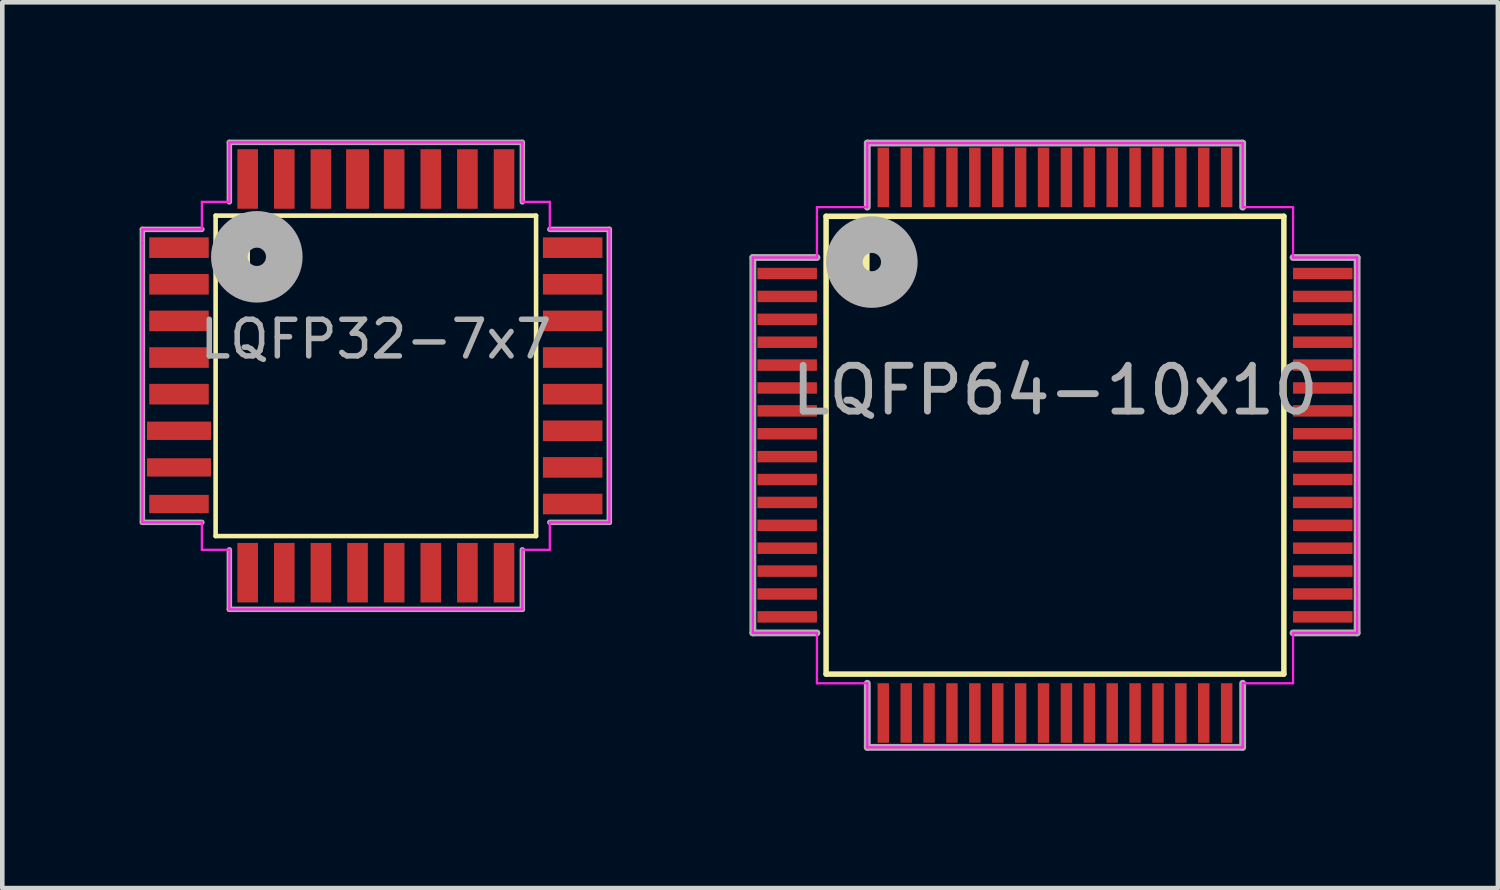
<source format=kicad_pcb>
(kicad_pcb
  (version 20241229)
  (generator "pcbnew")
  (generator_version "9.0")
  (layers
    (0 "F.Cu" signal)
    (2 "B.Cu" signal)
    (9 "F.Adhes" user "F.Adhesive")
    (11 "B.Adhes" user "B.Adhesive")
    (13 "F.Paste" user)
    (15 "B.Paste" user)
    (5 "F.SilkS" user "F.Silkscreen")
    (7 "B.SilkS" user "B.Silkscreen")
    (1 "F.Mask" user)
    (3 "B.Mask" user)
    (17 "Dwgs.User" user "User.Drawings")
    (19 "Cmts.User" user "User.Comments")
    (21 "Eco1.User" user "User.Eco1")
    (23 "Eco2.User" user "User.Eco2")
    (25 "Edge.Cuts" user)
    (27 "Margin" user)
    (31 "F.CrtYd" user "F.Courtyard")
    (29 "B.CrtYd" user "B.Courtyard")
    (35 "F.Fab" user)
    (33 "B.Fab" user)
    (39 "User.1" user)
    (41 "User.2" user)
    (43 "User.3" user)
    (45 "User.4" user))
  (footprint "LQFP64-10x10"
    (layer "F.Cu")
    (at 19.995 6.675)
    (property "Reference" "LQFP64-10x10" (at 0 -1.2 0) (layer "F.Fab") (effects (font (size 1 1) (thickness 0.15))))
    (attr smd)
    (fp_line (start -5 -5) (end 5 -5) (stroke (width 0.12) (type solid)) (layer "F.SilkS"))
    (fp_line (start -5 5) (end -5 -5) (stroke (width 0.12) (type solid)) (layer "F.SilkS"))
    (fp_line (start 5 -5) (end 5 5) (stroke (width 0.12) (type solid)) (layer "F.SilkS"))
    (fp_line (start 5 5) (end -5 5) (stroke (width 0.12) (type solid)) (layer "F.SilkS"))
    (fp_poly (pts (xy -4.1 -3.25) (xy -4.6 -3.75) (xy -4.1 -4.25)) (stroke (width 0.1) (type solid)) (fill yes) (layer "F.SilkS"))
    (fp_line (start -6.6 -4.1) (end -5.2 -4.1) (stroke (width 0.05) (type solid)) (layer "F.CrtYd"))
    (fp_line (start -6.6 4.1) (end -6.6 -4.1) (stroke (width 0.05) (type solid)) (layer "F.CrtYd"))
    (fp_line (start -5.2 -5.2) (end -4.1 -5.2) (stroke (width 0.05) (type solid)) (layer "F.CrtYd"))
    (fp_line (start -5.2 -4.1) (end -5.2 -5.2) (stroke (width 0.05) (type solid)) (layer "F.CrtYd"))
    (fp_line (start -5.2 4.1) (end -6.6 4.1) (stroke (width 0.05) (type solid)) (layer "F.CrtYd"))
    (fp_line (start -5.2 5.2) (end -5.2 4.1) (stroke (width 0.05) (type solid)) (layer "F.CrtYd"))
    (fp_line (start -4.1 -6.6) (end 4.1 -6.6) (stroke (width 0.05) (type solid)) (layer "F.CrtYd"))
    (fp_line (start -4.1 -5.2) (end -4.1 -6.6) (stroke (width 0.05) (type solid)) (layer "F.CrtYd"))
    (fp_line (start -4.1 5.2) (end -5.2 5.2) (stroke (width 0.05) (type solid)) (layer "F.CrtYd"))
    (fp_line (start -4.1 6.6) (end -4.1 5.2) (stroke (width 0.05) (type solid)) (layer "F.CrtYd"))
    (fp_line (start 4.1 -6.6) (end 4.1 -5.2) (stroke (width 0.05) (type solid)) (layer "F.CrtYd"))
    (fp_line (start 4.1 -5.2) (end 5.2 -5.2) (stroke (width 0.05) (type solid)) (layer "F.CrtYd"))
    (fp_line (start 4.1 5.2) (end 4.1 6.6) (stroke (width 0.05) (type solid)) (layer "F.CrtYd"))
    (fp_line (start 4.1 6.6) (end -4.1 6.6) (stroke (width 0.05) (type solid)) (layer "F.CrtYd"))
    (fp_line (start 5.2 -5.2) (end 5.2 -4.1) (stroke (width 0.05) (type solid)) (layer "F.CrtYd"))
    (fp_line (start 5.2 -4.1) (end 6.6 -4.1) (stroke (width 0.05) (type solid)) (layer "F.CrtYd"))
    (fp_line (start 5.2 4.1) (end 5.2 5.2) (stroke (width 0.05) (type solid)) (layer "F.CrtYd"))
    (fp_line (start 5.2 5.2) (end 4.1 5.2) (stroke (width 0.05) (type solid)) (layer "F.CrtYd"))
    (fp_line (start 6.6 -4.1) (end 6.6 4.1) (stroke (width 0.05) (type solid)) (layer "F.CrtYd"))
    (fp_line (start 6.6 4.1) (end 5.2 4.1) (stroke (width 0.05) (type solid)) (layer "F.CrtYd"))
    (fp_line (start -6.6 -4.1) (end -6.6 4.1) (stroke (width 0.15) (type solid)) (layer "F.Fab"))
    (fp_line (start -6.6 -4.1) (end -5.2 -4.1) (stroke (width 0.15) (type solid)) (layer "F.Fab"))
    (fp_line (start -5.2 4.1) (end -6.6 4.1) (stroke (width 0.15) (type solid)) (layer "F.Fab"))
    (fp_line (start -4.1 -6.6) (end -4.1 -5.2) (stroke (width 0.15) (type solid)) (layer "F.Fab"))
    (fp_line (start -4.1 -6.6) (end 4.1 -6.6) (stroke (width 0.15) (type solid)) (layer "F.Fab"))
    (fp_line (start -4.1 5.2) (end -4.1 6.6) (stroke (width 0.15) (type solid)) (layer "F.Fab"))
    (fp_line (start 4.1 -6.6) (end 4.1 -5.2) (stroke (width 0.15) (type solid)) (layer "F.Fab"))
    (fp_line (start 4.1 5.2) (end 4.1 6.6) (stroke (width 0.15) (type solid)) (layer "F.Fab"))
    (fp_line (start 4.1 6.6) (end -4.1 6.6) (stroke (width 0.15) (type solid)) (layer "F.Fab"))
    (fp_line (start 5.2 -4.1) (end 6.6 -4.1) (stroke (width 0.15) (type solid)) (layer "F.Fab"))
    (fp_line (start 5.2 4.1) (end 6.6 4.1) (stroke (width 0.15) (type solid)) (layer "F.Fab"))
    (fp_line (start 6.6 4.1) (end 6.6 -4.1) (stroke (width 0.15) (type solid)) (layer "F.Fab"))
    (fp_circle (center -4 -4) (end -3.8 -4) (stroke (width 0.8) (type solid)) (fill no) (layer "F.Fab"))
    (pad "1" smd rect (at -5.85 -3.75) (size 1.3 0.25) (layers "F.Cu" "F.Mask" "F.Paste"))
    (pad "2" smd rect (at -5.85 -3.25) (size 1.3 0.25) (layers "F.Cu" "F.Mask" "F.Paste"))
    (pad "3" smd rect (at -5.85 -2.75) (size 1.3 0.25) (layers "F.Cu" "F.Mask" "F.Paste"))
    (pad "4" smd rect (at -5.85 -2.25) (size 1.3 0.25) (layers "F.Cu" "F.Mask" "F.Paste"))
    (pad "5" smd rect (at -5.85 -1.75) (size 1.3 0.25) (layers "F.Cu" "F.Mask" "F.Paste"))
    (pad "6" smd rect (at -5.85 -1.25) (size 1.3 0.25) (layers "F.Cu" "F.Mask" "F.Paste"))
    (pad "7" smd rect (at -5.85 -0.75) (size 1.3 0.25) (layers "F.Cu" "F.Mask" "F.Paste"))
    (pad "8" smd rect (at -5.85 -0.25) (size 1.3 0.25) (layers "F.Cu" "F.Mask" "F.Paste"))
    (pad "9" smd rect (at -5.85 0.25) (size 1.3 0.25) (layers "F.Cu" "F.Mask" "F.Paste"))
    (pad "10" smd rect (at -5.85 0.75) (size 1.3 0.25) (layers "F.Cu" "F.Mask" "F.Paste"))
    (pad "11" smd rect (at -5.85 1.25) (size 1.3 0.25) (layers "F.Cu" "F.Mask" "F.Paste"))
    (pad "12" smd rect (at -5.85 1.75) (size 1.3 0.25) (layers "F.Cu" "F.Mask" "F.Paste"))
    (pad "13" smd rect (at -5.85 2.25) (size 1.3 0.25) (layers "F.Cu" "F.Mask" "F.Paste"))
    (pad "14" smd rect (at -5.85 2.75) (size 1.3 0.25) (layers "F.Cu" "F.Mask" "F.Paste"))
    (pad "15" smd rect (at -5.85 3.25) (size 1.3 0.25) (layers "F.Cu" "F.Mask" "F.Paste"))
    (pad "16" smd rect (at -5.85 3.75) (size 1.3 0.25) (layers "F.Cu" "F.Mask" "F.Paste"))
    (pad "17" smd rect (at -3.75 5.85 90) (size 1.3 0.25) (layers "F.Cu" "F.Mask" "F.Paste"))
    (pad "18" smd rect (at -3.25 5.85 90) (size 1.3 0.25) (layers "F.Cu" "F.Mask" "F.Paste"))
    (pad "19" smd rect (at -2.75 5.85 90) (size 1.3 0.25) (layers "F.Cu" "F.Mask" "F.Paste"))
    (pad "20" smd rect (at -2.25 5.85 90) (size 1.3 0.25) (layers "F.Cu" "F.Mask" "F.Paste"))
    (pad "21" smd rect (at -1.75 5.85 90) (size 1.3 0.25) (layers "F.Cu" "F.Mask" "F.Paste"))
    (pad "22" smd rect (at -1.25 5.85 90) (size 1.3 0.25) (layers "F.Cu" "F.Mask" "F.Paste"))
    (pad "23" smd rect (at -0.75 5.85 90) (size 1.3 0.25) (layers "F.Cu" "F.Mask" "F.Paste"))
    (pad "24" smd rect (at -0.25 5.85 90) (size 1.3 0.25) (layers "F.Cu" "F.Mask" "F.Paste"))
    (pad "25" smd rect (at 0.25 5.85 90) (size 1.3 0.25) (layers "F.Cu" "F.Mask" "F.Paste"))
    (pad "26" smd rect (at 0.75 5.85 90) (size 1.3 0.25) (layers "F.Cu" "F.Mask" "F.Paste"))
    (pad "27" smd rect (at 1.25 5.85 90) (size 1.3 0.25) (layers "F.Cu" "F.Mask" "F.Paste"))
    (pad "28" smd rect (at 1.75 5.85 90) (size 1.3 0.25) (layers "F.Cu" "F.Mask" "F.Paste"))
    (pad "29" smd rect (at 2.25 5.85 90) (size 1.3 0.25) (layers "F.Cu" "F.Mask" "F.Paste"))
    (pad "30" smd rect (at 2.75 5.85 90) (size 1.3 0.25) (layers "F.Cu" "F.Mask" "F.Paste"))
    (pad "31" smd rect (at 3.25 5.85 90) (size 1.3 0.25) (layers "F.Cu" "F.Mask" "F.Paste"))
    (pad "32" smd rect (at 3.75 5.85 90) (size 1.3 0.25) (layers "F.Cu" "F.Mask" "F.Paste"))
    (pad "33" smd rect (at 5.85 3.75) (size 1.3 0.25) (layers "F.Cu" "F.Mask" "F.Paste"))
    (pad "34" smd rect (at 5.85 3.25) (size 1.3 0.25) (layers "F.Cu" "F.Mask" "F.Paste"))
    (pad "35" smd rect (at 5.85 2.75) (size 1.3 0.25) (layers "F.Cu" "F.Mask" "F.Paste"))
    (pad "36" smd rect (at 5.85 2.25) (size 1.3 0.25) (layers "F.Cu" "F.Mask" "F.Paste"))
    (pad "37" smd rect (at 5.85 1.75) (size 1.3 0.25) (layers "F.Cu" "F.Mask" "F.Paste"))
    (pad "38" smd rect (at 5.85 1.25) (size 1.3 0.25) (layers "F.Cu" "F.Mask" "F.Paste"))
    (pad "39" smd rect (at 5.85 0.75) (size 1.3 0.25) (layers "F.Cu" "F.Mask" "F.Paste"))
    (pad "40" smd rect (at 5.85 0.25) (size 1.3 0.25) (layers "F.Cu" "F.Mask" "F.Paste"))
    (pad "41" smd rect (at 5.85 -0.25) (size 1.3 0.25) (layers "F.Cu" "F.Mask" "F.Paste"))
    (pad "42" smd rect (at 5.85 -0.75) (size 1.3 0.25) (layers "F.Cu" "F.Mask" "F.Paste"))
    (pad "43" smd rect (at 5.85 -1.25) (size 1.3 0.25) (layers "F.Cu" "F.Mask" "F.Paste"))
    (pad "44" smd rect (at 5.85 -1.75) (size 1.3 0.25) (layers "F.Cu" "F.Mask" "F.Paste"))
    (pad "45" smd rect (at 5.85 -2.25) (size 1.3 0.25) (layers "F.Cu" "F.Mask" "F.Paste"))
    (pad "46" smd rect (at 5.85 -2.75) (size 1.3 0.25) (layers "F.Cu" "F.Mask" "F.Paste"))
    (pad "47" smd rect (at 5.85 -3.25) (size 1.3 0.25) (layers "F.Cu" "F.Mask" "F.Paste"))
    (pad "48" smd rect (at 5.85 -3.75) (size 1.3 0.25) (layers "F.Cu" "F.Mask" "F.Paste"))
    (pad "49" smd rect (at 3.75 -5.85 90) (size 1.3 0.25) (layers "F.Cu" "F.Mask" "F.Paste"))
    (pad "50" smd rect (at 3.25 -5.85 90) (size 1.3 0.25) (layers "F.Cu" "F.Mask" "F.Paste"))
    (pad "51" smd rect (at 2.75 -5.85 90) (size 1.3 0.25) (layers "F.Cu" "F.Mask" "F.Paste"))
    (pad "52" smd rect (at 2.25 -5.85 90) (size 1.3 0.25) (layers "F.Cu" "F.Mask" "F.Paste"))
    (pad "53" smd rect (at 1.75 -5.85 90) (size 1.3 0.25) (layers "F.Cu" "F.Mask" "F.Paste"))
    (pad "54" smd rect (at 1.25 -5.85 90) (size 1.3 0.25) (layers "F.Cu" "F.Mask" "F.Paste"))
    (pad "55" smd rect (at 0.75 -5.85 90) (size 1.3 0.25) (layers "F.Cu" "F.Mask" "F.Paste"))
    (pad "56" smd rect (at 0.25 -5.85 90) (size 1.3 0.25) (layers "F.Cu" "F.Mask" "F.Paste"))
    (pad "57" smd rect (at -0.25 -5.85 90) (size 1.3 0.25) (layers "F.Cu" "F.Mask" "F.Paste"))
    (pad "58" smd rect (at -0.75 -5.85 90) (size 1.3 0.25) (layers "F.Cu" "F.Mask" "F.Paste"))
    (pad "59" smd rect (at -1.25 -5.85 90) (size 1.3 0.25) (layers "F.Cu" "F.Mask" "F.Paste"))
    (pad "60" smd rect (at -1.75 -5.85 90) (size 1.3 0.25) (layers "F.Cu" "F.Mask" "F.Paste"))
    (pad "61" smd rect (at -2.25 -5.85 90) (size 1.3 0.25) (layers "F.Cu" "F.Mask" "F.Paste"))
    (pad "62" smd rect (at -2.75 -5.85 90) (size 1.3 0.25) (layers "F.Cu" "F.Mask" "F.Paste"))
    (pad "63" smd rect (at -3.25 -5.85 90) (size 1.3 0.25) (layers "F.Cu" "F.Mask" "F.Paste"))
    (pad "64" smd rect (at -3.75 -5.85 90) (size 1.3 0.25) (layers "F.Cu" "F.Mask" "F.Paste")))
  (footprint "LQFP32-7x7"
    (layer "F.Cu")
    (at 5.16 5.16)
    (property "Reference" "LQFP32-7x7" (at 0 -0.8 0) (layer "F.Fab") (effects (font (size 0.8 0.8) (thickness 0.12))))
    (attr smd)
    (fp_line (start -3.5 -3.5) (end 3.5 -3.5) (stroke (width 0.1) (type solid)) (layer "F.SilkS"))
    (fp_line (start -3.5 3.5) (end -3.5 -3.5) (stroke (width 0.1) (type solid)) (layer "F.SilkS"))
    (fp_line (start 3.5 -3.5) (end 3.5 3.5) (stroke (width 0.1) (type solid)) (layer "F.SilkS"))
    (fp_line (start 3.5 3.5) (end -3.5 3.5) (stroke (width 0.1) (type solid)) (layer "F.SilkS"))
    (fp_poly (pts (xy -2.8 -2.4) (xy -3.2 -2.8) (xy -2.8 -3.2)) (stroke (width 0.1) (type solid)) (fill yes) (layer "F.SilkS"))
    (fp_line (start -5.1 -3.2) (end -3.8 -3.2) (stroke (width 0.05) (type solid)) (layer "F.CrtYd"))
    (fp_line (start -5.1 -2.9) (end -5.1 -3.2) (stroke (width 0.05) (type solid)) (layer "F.CrtYd"))
    (fp_line (start -5.1 3.2) (end -5.1 -2.9) (stroke (width 0.05) (type solid)) (layer "F.CrtYd"))
    (fp_line (start -3.8 -3.8) (end -3.2 -3.8) (stroke (width 0.05) (type solid)) (layer "F.CrtYd"))
    (fp_line (start -3.8 -3.2) (end -3.8 -3.8) (stroke (width 0.05) (type solid)) (layer "F.CrtYd"))
    (fp_line (start -3.8 3.2) (end -5.1 3.2) (stroke (width 0.05) (type solid)) (layer "F.CrtYd"))
    (fp_line (start -3.8 3.8) (end -3.8 3.2) (stroke (width 0.05) (type solid)) (layer "F.CrtYd"))
    (fp_line (start -3.2 -5.1) (end 3.2 -5.1) (stroke (width 0.05) (type solid)) (layer "F.CrtYd"))
    (fp_line (start -3.2 -3.8) (end -3.2 -5.1) (stroke (width 0.05) (type solid)) (layer "F.CrtYd"))
    (fp_line (start -3.2 3.8) (end -3.8 3.8) (stroke (width 0.05) (type solid)) (layer "F.CrtYd"))
    (fp_line (start -3.2 5.1) (end -3.2 3.8) (stroke (width 0.05) (type solid)) (layer "F.CrtYd"))
    (fp_line (start 3.2 -5.1) (end 3.2 -3.8) (stroke (width 0.05) (type solid)) (layer "F.CrtYd"))
    (fp_line (start 3.2 -3.8) (end 3.8 -3.8) (stroke (width 0.05) (type solid)) (layer "F.CrtYd"))
    (fp_line (start 3.2 3.8) (end 3.2 5.1) (stroke (width 0.05) (type solid)) (layer "F.CrtYd"))
    (fp_line (start 3.2 5.1) (end -3.2 5.1) (stroke (width 0.05) (type solid)) (layer "F.CrtYd"))
    (fp_line (start 3.8 -3.8) (end 3.8 -3.2) (stroke (width 0.05) (type solid)) (layer "F.CrtYd"))
    (fp_line (start 3.8 -3.2) (end 5.1 -3.2) (stroke (width 0.05) (type solid)) (layer "F.CrtYd"))
    (fp_line (start 3.8 3.2) (end 3.8 3.8) (stroke (width 0.05) (type solid)) (layer "F.CrtYd"))
    (fp_line (start 3.8 3.8) (end 3.2 3.8) (stroke (width 0.05) (type solid)) (layer "F.CrtYd"))
    (fp_line (start 5.1 -3.2) (end 5.1 3.2) (stroke (width 0.05) (type solid)) (layer "F.CrtYd"))
    (fp_line (start 5.1 3.2) (end 3.8 3.2) (stroke (width 0.05) (type solid)) (layer "F.CrtYd"))
    (fp_line (start -5.1 -3.2) (end -5.1 3.2) (stroke (width 0.12) (type solid)) (layer "F.Fab"))
    (fp_line (start -5.1 -3.2) (end -3.8 -3.2) (stroke (width 0.12) (type solid)) (layer "F.Fab"))
    (fp_line (start -5.1 3.2) (end -3.8 3.2) (stroke (width 0.12) (type solid)) (layer "F.Fab"))
    (fp_line (start -3.2 -3.8) (end -3.2 -5.1) (stroke (width 0.12) (type solid)) (layer "F.Fab"))
    (fp_line (start -3.2 5.1) (end -3.2 3.8) (stroke (width 0.12) (type solid)) (layer "F.Fab"))
    (fp_line (start 3.2 -5.1) (end -3.2 -5.1) (stroke (width 0.12) (type solid)) (layer "F.Fab"))
    (fp_line (start 3.2 -3.8) (end 3.2 -5.1) (stroke (width 0.12) (type solid)) (layer "F.Fab"))
    (fp_line (start 3.2 5.1) (end -3.2 5.1) (stroke (width 0.12) (type solid)) (layer "F.Fab"))
    (fp_line (start 3.2 5.1) (end 3.2 3.8) (stroke (width 0.12) (type solid)) (layer "F.Fab"))
    (fp_line (start 3.8 -3.2) (end 5.1 -3.2) (stroke (width 0.12) (type solid)) (layer "F.Fab"))
    (fp_line (start 5.1 3.2) (end 3.8 3.2) (stroke (width 0.12) (type solid)) (layer "F.Fab"))
    (fp_line (start 5.1 3.2) (end 5.1 -3.2) (stroke (width 0.12) (type solid)) (layer "F.Fab"))
    (fp_circle (center -2.6 -2.6) (end -2.4 -2.6) (stroke (width 0.8) (type solid)) (fill no) (layer "F.Fab"))
    (pad "1" smd rect (at -4.3 -2.8) (size 1.3 0.45) (layers "F.Cu" "F.Mask" "F.Paste"))
    (pad "2" smd rect (at -4.3 -2) (size 1.3 0.45) (layers "F.Cu" "F.Mask" "F.Paste"))
    (pad "3" smd rect (at -4.3 -1.2) (size 1.3 0.45) (layers "F.Cu" "F.Mask" "F.Paste"))
    (pad "4" smd rect (at -4.3 -0.4) (size 1.3 0.45) (layers "F.Cu" "F.Mask" "F.Paste"))
    (pad "5" smd rect (at -4.3 0.4) (size 1.3 0.45) (layers "F.Cu" "F.Mask" "F.Paste"))
    (pad "6" smd rect (at -4.3 1.2) (size 1.4 0.4) (layers "F.Cu" "F.Mask" "F.Paste"))
    (pad "7" smd rect (at -4.3 2) (size 1.4 0.4) (layers "F.Cu" "F.Mask" "F.Paste"))
    (pad "8" smd rect (at -4.3 2.8) (size 1.3 0.4) (layers "F.Cu" "F.Mask" "F.Paste"))
    (pad "9" smd rect (at -2.8 4.3 90) (size 1.3 0.45) (layers "F.Cu" "F.Mask" "F.Paste"))
    (pad "10" smd rect (at -2 4.3 90) (size 1.3 0.45) (layers "F.Cu" "F.Mask" "F.Paste"))
    (pad "11" smd rect (at -1.2 4.3 90) (size 1.3 0.45) (layers "F.Cu" "F.Mask" "F.Paste"))
    (pad "12" smd rect (at -0.4 4.3 90) (size 1.3 0.45) (layers "F.Cu" "F.Mask" "F.Paste"))
    (pad "13" smd rect (at 0.4 4.3 90) (size 1.3 0.45) (layers "F.Cu" "F.Mask" "F.Paste"))
    (pad "14" smd rect (at 1.2 4.3 90) (size 1.3 0.45) (layers "F.Cu" "F.Mask" "F.Paste"))
    (pad "15" smd rect (at 2 4.3 90) (size 1.3 0.45) (layers "F.Cu" "F.Mask" "F.Paste"))
    (pad "16" smd rect (at 2.8 4.3 90) (size 1.3 0.45) (layers "F.Cu" "F.Mask" "F.Paste"))
    (pad "17" smd rect (at 4.3 2.8) (size 1.3 0.45) (layers "F.Cu" "F.Mask" "F.Paste"))
    (pad "18" smd rect (at 4.3 2) (size 1.3 0.45) (layers "F.Cu" "F.Mask" "F.Paste"))
    (pad "19" smd rect (at 4.3 1.2) (size 1.3 0.45) (layers "F.Cu" "F.Mask" "F.Paste"))
    (pad "20" smd rect (at 4.3 0.4) (size 1.3 0.45) (layers "F.Cu" "F.Mask" "F.Paste"))
    (pad "21" smd rect (at 4.3 -0.4) (size 1.3 0.45) (layers "F.Cu" "F.Mask" "F.Paste"))
    (pad "22" smd rect (at 4.3 -1.2) (size 1.3 0.45) (layers "F.Cu" "F.Mask" "F.Paste"))
    (pad "23" smd rect (at 4.3 -2) (size 1.3 0.45) (layers "F.Cu" "F.Mask" "F.Paste"))
    (pad "24" smd rect (at 4.3 -2.8) (size 1.3 0.45) (layers "F.Cu" "F.Mask" "F.Paste"))
    (pad "25" smd rect (at 2.8 -4.3 90) (size 1.3 0.45) (layers "F.Cu" "F.Mask" "F.Paste"))
    (pad "26" smd rect (at 2 -4.3 90) (size 1.3 0.45) (layers "F.Cu" "F.Mask" "F.Paste"))
    (pad "27" smd rect (at 1.2 -4.3 90) (size 1.3 0.45) (layers "F.Cu" "F.Mask" "F.Paste"))
    (pad "28" smd rect (at 0.4 -4.3 90) (size 1.3 0.45) (layers "F.Cu" "F.Mask" "F.Paste"))
    (pad "29" smd rect (at -0.4 -4.3 90) (size 1.3 0.5) (layers "F.Cu" "F.Mask" "F.Paste"))
    (pad "30" smd rect (at -1.2 -4.3 90) (size 1.3 0.45) (layers "F.Cu" "F.Mask" "F.Paste"))
    (pad "31" smd rect (at -2 -4.3 90) (size 1.3 0.45) (layers "F.Cu" "F.Mask" "F.Paste"))
    (pad "32" smd rect (at -2.8 -4.3 90) (size 1.3 0.45) (layers "F.Cu" "F.Mask" "F.Paste")))
  (gr_rect
    (start -3 -3)
    (end 29.67 16.35)
    (stroke (width 0.1) (type default))
    (fill no)
    (layer "Edge.Cuts")))
</source>
